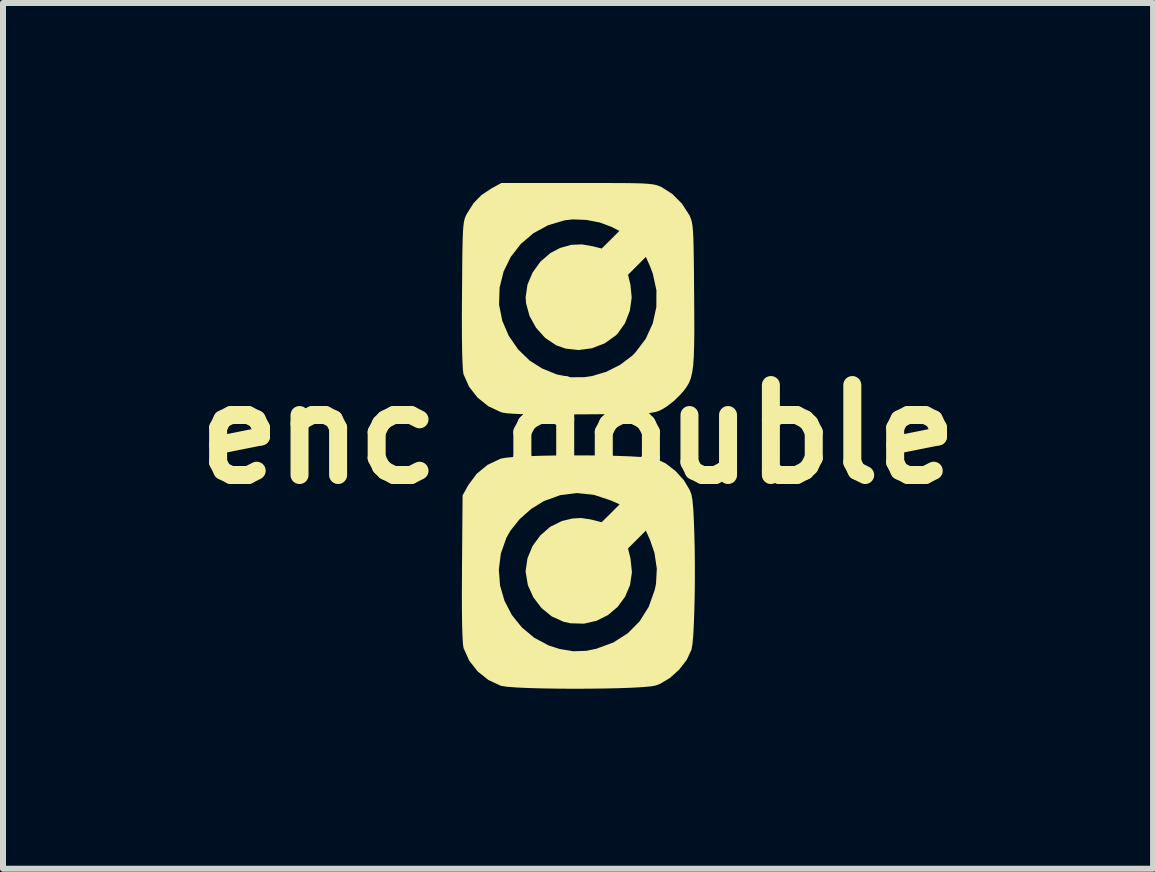
<source format=kicad_pcb>
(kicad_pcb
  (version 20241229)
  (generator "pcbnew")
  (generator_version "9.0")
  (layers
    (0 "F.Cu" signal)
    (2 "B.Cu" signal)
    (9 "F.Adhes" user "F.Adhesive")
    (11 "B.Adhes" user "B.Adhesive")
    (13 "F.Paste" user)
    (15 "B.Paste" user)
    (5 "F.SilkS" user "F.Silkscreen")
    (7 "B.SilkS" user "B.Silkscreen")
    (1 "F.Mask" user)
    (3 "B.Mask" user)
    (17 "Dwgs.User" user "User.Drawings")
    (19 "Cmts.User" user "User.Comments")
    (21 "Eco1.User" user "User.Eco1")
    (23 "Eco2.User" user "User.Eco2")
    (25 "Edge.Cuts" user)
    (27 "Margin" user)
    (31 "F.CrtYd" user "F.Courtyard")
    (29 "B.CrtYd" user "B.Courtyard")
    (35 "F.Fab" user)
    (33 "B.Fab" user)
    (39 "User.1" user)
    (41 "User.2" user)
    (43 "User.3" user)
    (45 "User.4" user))
  (footprint "enc double"
    (layer "F.Cu")
    (at 6.586 4.19)
    (property "Reference" "enc double" (at 0 0 0) (layer "F.SilkS") (effects (font (size 1.5 1.5) (thickness 0.3))))
    (attr board_only exclude_from_pos_files exclude_from_bom)
    (fp_poly (pts (xy 0.13 0.351) (xy 0.393 0.354) (xy 0.641 0.359) (xy 0.864 0.367) (xy 1.054 0.378) (xy 1.199 0.391) (xy 1.29 0.406) (xy 1.294 0.407) (xy 1.461 0.485) (xy 1.623 0.61) (xy 1.763 0.764) (xy 1.863 0.931) (xy 1.89 1.003) (xy 1.906 1.093) (xy 1.92 1.237) (xy 1.93 1.427) (xy 1.938 1.65) (xy 1.944 1.899) (xy 1.947 2.163) (xy 1.947 2.432) (xy 1.944 2.695) (xy 1.938 2.944) (xy 1.93 3.168) (xy 1.92 3.357) (xy 1.906 3.502) (xy 1.89 3.591) (xy 1.89 3.591) (xy 1.812 3.759) (xy 1.687 3.921) (xy 1.533 4.06) (xy 1.366 4.16) (xy 1.294 4.187) (xy 1.21 4.202) (xy 1.072 4.214) (xy 0.89 4.224) (xy 0.672 4.232) (xy 0.428 4.237) (xy 0.169 4.24) (xy -0.096 4.241) (xy -0.357 4.239) (xy -0.606 4.235) (xy -0.831 4.229) (xy -1.023 4.22) (xy -1.173 4.209) (xy -1.271 4.195) (xy -1.289 4.191) (xy -1.495 4.095) (xy -1.675 3.951) (xy -1.816 3.77) (xy -1.907 3.567) (xy -1.911 3.552) (xy -1.92 3.483) (xy -1.927 3.352) (xy -1.933 3.165) (xy -1.936 2.924) (xy -1.937 2.633) (xy -1.935 2.297) (xy -1.935 2.256) (xy -1.321 2.256) (xy -1.3 2.522) (xy -1.226 2.776) (xy -1.104 3.011) (xy -0.937 3.219) (xy -0.73 3.391) (xy -0.486 3.521) (xy -0.307 3.578) (xy -0.079 3.616) (xy 0.137 3.609) (xy 0.306 3.574) (xy 0.588 3.47) (xy 0.829 3.316) (xy 1.027 3.116) (xy 1.178 2.875) (xy 1.277 2.597) (xy 1.299 2.494) (xy 1.313 2.239) (xy 1.273 1.974) (xy 1.198 1.757) (xy 1.13 1.605) (xy 0.982 1.753) (xy 0.833 1.902) (xy 0.874 2.07) (xy 0.898 2.299) (xy 0.866 2.514) (xy 0.783 2.709) (xy 0.658 2.878) (xy 0.498 3.013) (xy 0.309 3.108) (xy 0.099 3.156) (xy -0.125 3.15) (xy -0.242 3.124) (xy -0.439 3.035) (xy -0.61 2.895) (xy -0.745 2.718) (xy -0.836 2.516) (xy -0.873 2.3) (xy -0.874 2.277) (xy -0.843 2.065) (xy -0.759 1.863) (xy -0.629 1.685) (xy -0.465 1.542) (xy -0.275 1.448) (xy -0.257 1.442) (xy -0.093 1.403) (xy 0.049 1.395) (xy 0.2 1.417) (xy 0.248 1.428) (xy 0.394 1.465) (xy 0.544 1.316) (xy 0.693 1.167) (xy 0.546 1.102) (xy 0.262 1.008) (xy -0.019 0.979) (xy -0.298 1.014) (xy -0.572 1.114) (xy -0.781 1.243) (xy -0.973 1.413) (xy -1.128 1.607) (xy -1.194 1.723) (xy -1.287 1.987) (xy -1.321 2.256) (xy -1.935 2.256) (xy -1.935 2.224) (xy -1.925 1.019) (xy -1.829 0.845) (xy -1.69 0.658) (xy -1.509 0.509) (xy -1.3 0.41) (xy -1.283 0.404) (xy -1.196 0.389) (xy -1.054 0.376) (xy -0.868 0.366) (xy -0.646 0.358) (xy -0.399 0.353) (xy -0.137 0.351)) (stroke (width 0) (type solid)) (fill yes) (layer "F.SilkS"))
    (fp_poly (pts (xy 0.304 -4.19) (xy 0.565 -4.189) (xy 0.776 -4.188) (xy 0.942 -4.186) (xy 1.07 -4.182) (xy 1.166 -4.176) (xy 1.239 -4.168) (xy 1.293 -4.158) (xy 1.336 -4.145) (xy 1.375 -4.129) (xy 1.391 -4.122) (xy 1.571 -4.007) (xy 1.73 -3.847) (xy 1.851 -3.661) (xy 1.852 -3.66) (xy 1.871 -3.619) (xy 1.887 -3.578) (xy 1.899 -3.529) (xy 1.909 -3.466) (xy 1.916 -3.381) (xy 1.922 -3.268) (xy 1.926 -3.119) (xy 1.929 -2.927) (xy 1.932 -2.687) (xy 1.934 -2.389) (xy 1.935 -2.335) (xy 1.937 -1.996) (xy 1.938 -1.714) (xy 1.935 -1.483) (xy 1.929 -1.297) (xy 1.919 -1.148) (xy 1.902 -1.029) (xy 1.879 -0.934) (xy 1.848 -0.856) (xy 1.809 -0.789) (xy 1.76 -0.724) (xy 1.7 -0.656) (xy 1.699 -0.655) (xy 1.596 -0.555) (xy 1.479 -0.464) (xy 1.4 -0.416) (xy 1.359 -0.396) (xy 1.318 -0.38) (xy 1.272 -0.368) (xy 1.212 -0.358) (xy 1.133 -0.35) (xy 1.027 -0.345) (xy 0.886 -0.341) (xy 0.705 -0.338) (xy 0.476 -0.336) (xy 0.193 -0.334) (xy 0.049 -0.333) (xy -0.282 -0.332) (xy -0.554 -0.332) (xy -0.773 -0.333) (xy -0.946 -0.337) (xy -1.079 -0.343) (xy -1.177 -0.35) (xy -1.248 -0.36) (xy -1.289 -0.371) (xy -1.496 -0.468) (xy -1.676 -0.613) (xy -1.817 -0.794) (xy -1.908 -0.998) (xy -1.911 -1.01) (xy -1.92 -1.08) (xy -1.927 -1.21) (xy -1.933 -1.398) (xy -1.936 -1.638) (xy -1.937 -1.929) (xy -1.936 -2.164) (xy -1.317 -2.164) (xy -1.316 -2.157) (xy -1.263 -1.892) (xy -1.155 -1.641) (xy -0.999 -1.415) (xy -0.804 -1.227) (xy -0.602 -1.099) (xy -0.356 -0.999) (xy -0.126 -0.951) (xy 0.109 -0.953) (xy 0.23 -0.971) (xy 0.471 -1.042) (xy 0.702 -1.159) (xy 0.901 -1.309) (xy 0.952 -1.36) (xy 1.127 -1.591) (xy 1.245 -1.848) (xy 1.305 -2.122) (xy 1.306 -2.402) (xy 1.245 -2.682) (xy 1.198 -2.805) (xy 1.13 -2.958) (xy 0.982 -2.809) (xy 0.833 -2.66) (xy 0.873 -2.494) (xy 0.894 -2.28) (xy 0.863 -2.061) (xy 0.784 -1.856) (xy 0.662 -1.682) (xy 0.626 -1.646) (xy 0.442 -1.516) (xy 0.232 -1.435) (xy 0.01 -1.405) (xy -0.209 -1.429) (xy -0.364 -1.484) (xy -0.548 -1.607) (xy -0.699 -1.774) (xy -0.808 -1.971) (xy -0.867 -2.184) (xy -0.874 -2.287) (xy -0.843 -2.497) (xy -0.757 -2.699) (xy -0.627 -2.879) (xy -0.46 -3.023) (xy -0.299 -3.107) (xy -0.113 -3.159) (xy 0.065 -3.166) (xy 0.248 -3.134) (xy 0.394 -3.097) (xy 0.542 -3.244) (xy 0.689 -3.391) (xy 0.556 -3.459) (xy 0.363 -3.531) (xy 0.139 -3.574) (xy -0.086 -3.583) (xy -0.223 -3.568) (xy -0.499 -3.486) (xy -0.745 -3.352) (xy -0.954 -3.174) (xy -1.121 -2.959) (xy -1.241 -2.715) (xy -1.308 -2.447) (xy -1.317 -2.164) (xy -1.936 -2.164) (xy -1.935 -2.266) (xy -1.935 -2.339) (xy -1.932 -2.65) (xy -1.93 -2.904) (xy -1.927 -3.106) (xy -1.923 -3.264) (xy -1.918 -3.385) (xy -1.911 -3.475) (xy -1.902 -3.542) (xy -1.891 -3.591) (xy -1.876 -3.631) (xy -1.859 -3.667) (xy -1.854 -3.676) (xy -1.742 -3.854) (xy -1.612 -3.987) (xy -1.451 -4.095) (xy -1.278 -4.19) (xy -0.016 -4.19)) (stroke (width 0) (type solid)) (fill yes) (layer "F.SilkS")))
  (gr_rect
    (start -3 -3)
    (end 16.171 11.431)
    (stroke (width 0.1) (type default))
    (fill no)
    (layer "Edge.Cuts")))
</source>
